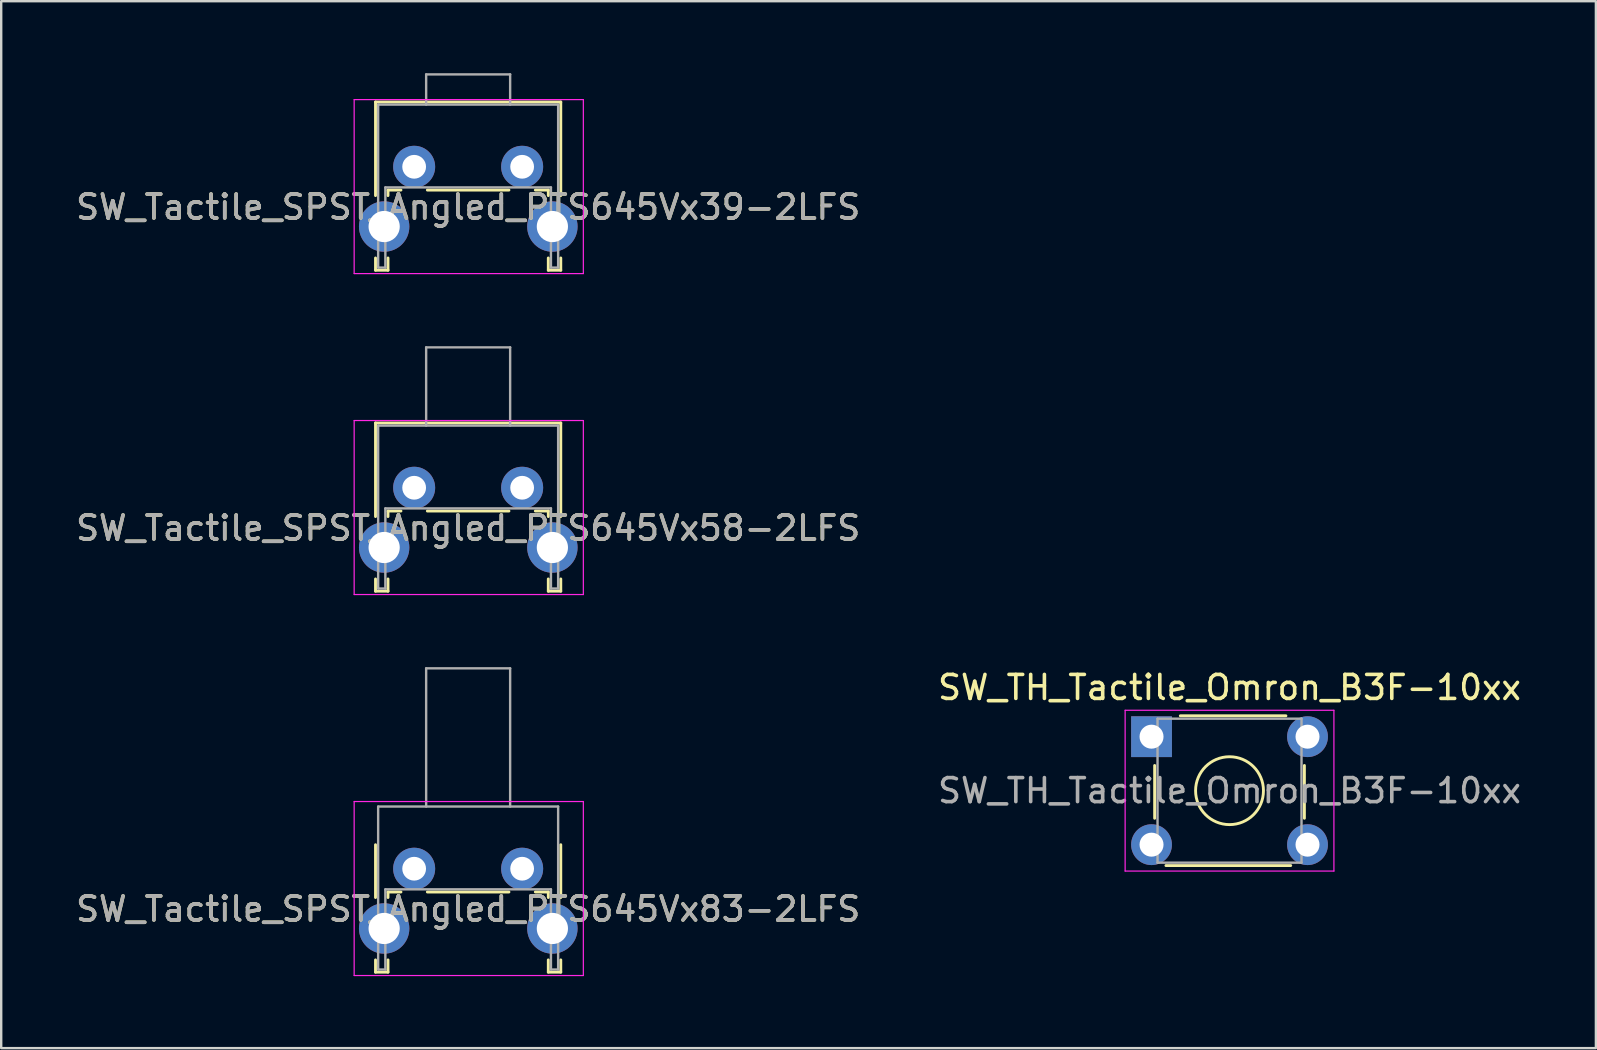
<source format=kicad_pcb>
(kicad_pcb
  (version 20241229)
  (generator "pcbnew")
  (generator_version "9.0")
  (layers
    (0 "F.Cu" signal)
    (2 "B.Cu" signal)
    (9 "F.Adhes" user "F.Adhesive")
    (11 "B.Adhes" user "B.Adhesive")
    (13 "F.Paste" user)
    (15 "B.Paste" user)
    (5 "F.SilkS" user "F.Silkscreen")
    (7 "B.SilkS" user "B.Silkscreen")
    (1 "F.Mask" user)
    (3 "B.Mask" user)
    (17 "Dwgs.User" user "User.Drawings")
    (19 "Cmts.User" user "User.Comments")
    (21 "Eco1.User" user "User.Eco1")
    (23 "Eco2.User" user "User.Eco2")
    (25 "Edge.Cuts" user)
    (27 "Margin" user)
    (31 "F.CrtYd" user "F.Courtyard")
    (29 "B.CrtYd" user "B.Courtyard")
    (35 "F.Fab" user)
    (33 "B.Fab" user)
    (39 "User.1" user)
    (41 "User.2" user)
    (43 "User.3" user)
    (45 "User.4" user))
  (footprint "SW_Tactile_SPST_Angled_PTS645Vx39-2LFS"
    (layer "F.Cu")
    (at 14.208 3.9)
    (property "Reference" "SW_Tactile_SPST_Angled_PTS645Vx39-2LFS" (at 2.25 1.68 0) (layer "F.SilkS") (effects (font (size 1 1) (thickness 0.15))))
    (attr through_hole)
    (fp_line (start -1.61 -2.7) (end -1.61 1.2) (stroke (width 0.12) (type solid)) (layer "F.SilkS"))
    (fp_line (start -1.61 -2.7) (end 6.11 -2.7) (stroke (width 0.12) (type solid)) (layer "F.SilkS"))
    (fp_line (start -1.61 3.8) (end -1.61 4.31) (stroke (width 0.12) (type solid)) (layer "F.SilkS"))
    (fp_line (start -1.61 4.31) (end -1.09 4.31) (stroke (width 0.12) (type solid)) (layer "F.SilkS"))
    (fp_line (start -1.09 0.97) (end -1.09 1.2) (stroke (width 0.12) (type solid)) (layer "F.SilkS"))
    (fp_line (start -1.09 0.97) (end -0.55 0.97) (stroke (width 0.12) (type solid)) (layer "F.SilkS"))
    (fp_line (start -1.09 3.8) (end -1.09 4.31) (stroke (width 0.12) (type solid)) (layer "F.SilkS"))
    (fp_line (start 0.55 0.97) (end 3.95 0.97) (stroke (width 0.12) (type solid)) (layer "F.SilkS"))
    (fp_line (start 5.05 0.97) (end 5.59 0.97) (stroke (width 0.12) (type solid)) (layer "F.SilkS"))
    (fp_line (start 5.59 0.97) (end 5.59 1.2) (stroke (width 0.12) (type solid)) (layer "F.SilkS"))
    (fp_line (start 5.59 3.8) (end 5.59 4.31) (stroke (width 0.12) (type solid)) (layer "F.SilkS"))
    (fp_line (start 5.59 4.31) (end 6.11 4.31) (stroke (width 0.12) (type solid)) (layer "F.SilkS"))
    (fp_line (start 6.11 -2.7) (end 6.11 1.2) (stroke (width 0.12) (type solid)) (layer "F.SilkS"))
    (fp_line (start 6.11 3.8) (end 6.11 4.31) (stroke (width 0.12) (type solid)) (layer "F.SilkS"))
    (fp_line (start -2.5 -2.8) (end 7.05 -2.8) (stroke (width 0.05) (type solid)) (layer "F.CrtYd"))
    (fp_line (start -2.5 4.45) (end -2.5 -2.8) (stroke (width 0.05) (type solid)) (layer "F.CrtYd"))
    (fp_line (start 7.05 -2.8) (end 7.05 4.45) (stroke (width 0.05) (type solid)) (layer "F.CrtYd"))
    (fp_line (start 7.05 4.45) (end -2.5 4.45) (stroke (width 0.05) (type solid)) (layer "F.CrtYd"))
    (fp_line (start -1.5 -2.59) (end 6 -2.59) (stroke (width 0.1) (type solid)) (layer "F.Fab"))
    (fp_line (start -1.5 4.2) (end -1.5 -2.59) (stroke (width 0.1) (type solid)) (layer "F.Fab"))
    (fp_line (start -1.5 4.2) (end -1.2 4.2) (stroke (width 0.1) (type solid)) (layer "F.Fab"))
    (fp_line (start -1.2 0.86) (end 5.7 0.86) (stroke (width 0.1) (type solid)) (layer "F.Fab"))
    (fp_line (start -1.2 4.2) (end -1.2 0.86) (stroke (width 0.1) (type solid)) (layer "F.Fab"))
    (fp_line (start 0.5 -3.85) (end 0.5 -2.59) (stroke (width 0.1) (type solid)) (layer "F.Fab"))
    (fp_line (start 0.5 -3.85) (end 4 -3.85) (stroke (width 0.1) (type solid)) (layer "F.Fab"))
    (fp_line (start 4 -3.85) (end 4 -2.59) (stroke (width 0.1) (type solid)) (layer "F.Fab"))
    (fp_line (start 5.7 4.2) (end 5.7 0.86) (stroke (width 0.1) (type solid)) (layer "F.Fab"))
    (fp_line (start 5.7 4.2) (end 6 4.2) (stroke (width 0.1) (type solid)) (layer "F.Fab"))
    (fp_line (start 6 4.2) (end 6 -2.59) (stroke (width 0.1) (type solid)) (layer "F.Fab"))
    (fp_text user "${REFERENCE}" (at 2.25 1.68 0) (layer "F.Fab") (effects (font (size 1 1) (thickness 0.15))))
    (pad "" thru_hole circle (at -1.25 2.49) (size 2.1 2.1) (drill 1.3) (layers "*.Cu" "*.Mask"))
    (pad "" thru_hole circle (at 5.76 2.49) (size 2.1 2.1) (drill 1.3) (layers "*.Cu" "*.Mask"))
    (pad "1" thru_hole circle (at 0 0) (size 1.75 1.75) (drill 0.99) (layers "*.Cu" "*.Mask"))
    (pad "2" thru_hole circle (at 4.5 0) (size 1.75 1.75) (drill 0.99) (layers "*.Cu" "*.Mask")))
  (footprint "SW_TH_Tactile_Omron_B3F-10xx"
    (layer "F.Cu")
    (at 44.935 27.648)
    (property "Reference" "SW_TH_Tactile_Omron_B3F-10xx" (at 3.25 -2.05 0) (layer "F.SilkS") (effects (font (size 1 1) (thickness 0.15))))
    (attr through_hole)
    (fp_line (start 0.13 3.4) (end 0.13 1.2) (stroke (width 0.12) (type solid)) (layer "F.SilkS"))
    (fp_line (start 0.6 5.37) (end 5.8 5.37) (stroke (width 0.12) (type solid)) (layer "F.SilkS"))
    (fp_line (start 1.2 -0.87) (end 5.6 -0.87) (stroke (width 0.12) (type solid)) (layer "F.SilkS"))
    (fp_line (start 6.37 1.2) (end 6.37 3.4) (stroke (width 0.12) (type solid)) (layer "F.SilkS"))
    (fp_circle (center 3.25 2.25) (end 4.25 3.25) (stroke (width 0.12) (type solid)) (fill no) (layer "F.SilkS"))
    (fp_line (start -1.1 -1.1) (end -1.1 5.6) (stroke (width 0.05) (type solid)) (layer "F.CrtYd"))
    (fp_line (start -1.1 -1.1) (end 7.6 -1.1) (stroke (width 0.05) (type solid)) (layer "F.CrtYd"))
    (fp_line (start -1.1 5.6) (end 7.6 5.6) (stroke (width 0.05) (type solid)) (layer "F.CrtYd"))
    (fp_line (start 7.6 5.6) (end 7.6 -1.1) (stroke (width 0.05) (type solid)) (layer "F.CrtYd"))
    (fp_line (start 0.25 -0.75) (end 0.25 5.25) (stroke (width 0.1) (type solid)) (layer "F.Fab"))
    (fp_line (start 0.25 -0.75) (end 6.25 -0.75) (stroke (width 0.1) (type solid)) (layer "F.Fab"))
    (fp_line (start 0.25 5.25) (end 6.25 5.25) (stroke (width 0.1) (type solid)) (layer "F.Fab"))
    (fp_line (start 6.25 -0.75) (end 6.25 5.25) (stroke (width 0.1) (type solid)) (layer "F.Fab"))
    (fp_text user "${REFERENCE}" (at 3.25 2.25 0) (layer "F.Fab") (effects (font (size 1 1) (thickness 0.15))))
    (pad "1" thru_hole rect (at 0 0) (size 1.7 1.7) (drill 1) (layers "*.Cu" "*.Mask"))
    (pad "1" thru_hole circle (at 6.5 0) (size 1.7 1.7) (drill 1) (layers "*.Cu" "*.Mask"))
    (pad "2" thru_hole circle (at 0 4.5) (size 1.7 1.7) (drill 1) (layers "*.Cu" "*.Mask"))
    (pad "2" thru_hole circle (at 6.5 4.5) (size 1.7 1.7) (drill 1) (layers "*.Cu" "*.Mask")))
  (footprint "SW_Tactile_SPST_Angled_PTS645Vx83-2LFS"
    (layer "F.Cu")
    (at 14.208 33.15)
    (property "Reference" "SW_Tactile_SPST_Angled_PTS645Vx83-2LFS" (at 2.25 1.68 0) (layer "F.SilkS") (effects (font (size 1 1) (thickness 0.15))))
    (attr through_hole)
    (fp_line (start -1.61 -1) (end -1.61 1.2) (stroke (width 0.12) (type solid)) (layer "F.SilkS"))
    (fp_line (start -1.61 3.8) (end -1.61 4.31) (stroke (width 0.12) (type solid)) (layer "F.SilkS"))
    (fp_line (start -1.61 4.31) (end -1.09 4.31) (stroke (width 0.12) (type solid)) (layer "F.SilkS"))
    (fp_line (start -1.09 0.97) (end -1.09 1.2) (stroke (width 0.12) (type solid)) (layer "F.SilkS"))
    (fp_line (start -1.09 0.97) (end -0.55 0.97) (stroke (width 0.12) (type solid)) (layer "F.SilkS"))
    (fp_line (start -1.09 3.8) (end -1.09 4.31) (stroke (width 0.12) (type solid)) (layer "F.SilkS"))
    (fp_line (start 0.55 0.97) (end 3.95 0.97) (stroke (width 0.12) (type solid)) (layer "F.SilkS"))
    (fp_line (start 5.05 0.97) (end 5.59 0.97) (stroke (width 0.12) (type solid)) (layer "F.SilkS"))
    (fp_line (start 5.59 0.97) (end 5.59 1.2) (stroke (width 0.12) (type solid)) (layer "F.SilkS"))
    (fp_line (start 5.59 3.8) (end 5.59 4.31) (stroke (width 0.12) (type solid)) (layer "F.SilkS"))
    (fp_line (start 5.59 4.31) (end 6.11 4.31) (stroke (width 0.12) (type solid)) (layer "F.SilkS"))
    (fp_line (start 6.11 -1) (end 6.11 1.2) (stroke (width 0.12) (type solid)) (layer "F.SilkS"))
    (fp_line (start 6.11 3.8) (end 6.11 4.31) (stroke (width 0.12) (type solid)) (layer "F.SilkS"))
    (fp_line (start -2.5 -2.8) (end 7.05 -2.8) (stroke (width 0.05) (type solid)) (layer "F.CrtYd"))
    (fp_line (start -2.5 4.45) (end -2.5 -2.8) (stroke (width 0.05) (type solid)) (layer "F.CrtYd"))
    (fp_line (start 7.05 -2.8) (end 7.05 4.45) (stroke (width 0.05) (type solid)) (layer "F.CrtYd"))
    (fp_line (start 7.05 4.45) (end -2.5 4.45) (stroke (width 0.05) (type solid)) (layer "F.CrtYd"))
    (fp_line (start -1.5 -2.59) (end 6 -2.59) (stroke (width 0.1) (type solid)) (layer "F.Fab"))
    (fp_line (start -1.5 4.2) (end -1.5 -2.59) (stroke (width 0.1) (type solid)) (layer "F.Fab"))
    (fp_line (start -1.5 4.2) (end -1.2 4.2) (stroke (width 0.1) (type solid)) (layer "F.Fab"))
    (fp_line (start -1.2 0.86) (end 5.7 0.86) (stroke (width 0.1) (type solid)) (layer "F.Fab"))
    (fp_line (start -1.2 4.2) (end -1.2 0.86) (stroke (width 0.1) (type solid)) (layer "F.Fab"))
    (fp_line (start 0.5 -8.35) (end 0.5 -2.59) (stroke (width 0.1) (type solid)) (layer "F.Fab"))
    (fp_line (start 0.5 -8.35) (end 4 -8.35) (stroke (width 0.1) (type solid)) (layer "F.Fab"))
    (fp_line (start 4 -8.35) (end 4 -2.59) (stroke (width 0.1) (type solid)) (layer "F.Fab"))
    (fp_line (start 5.7 4.2) (end 5.7 0.86) (stroke (width 0.1) (type solid)) (layer "F.Fab"))
    (fp_line (start 5.7 4.2) (end 6 4.2) (stroke (width 0.1) (type solid)) (layer "F.Fab"))
    (fp_line (start 6 4.2) (end 6 -2.59) (stroke (width 0.1) (type solid)) (layer "F.Fab"))
    (fp_text user "${REFERENCE}" (at 2.25 1.68 0) (layer "F.Fab") (effects (font (size 1 1) (thickness 0.15))))
    (pad "" thru_hole circle (at -1.25 2.49) (size 2.1 2.1) (drill 1.3) (layers "*.Cu" "*.Mask"))
    (pad "" thru_hole circle (at 5.76 2.49) (size 2.1 2.1) (drill 1.3) (layers "*.Cu" "*.Mask"))
    (pad "1" thru_hole circle (at 0 0) (size 1.75 1.75) (drill 0.99) (layers "*.Cu" "*.Mask"))
    (pad "2" thru_hole circle (at 4.5 0) (size 1.75 1.75) (drill 0.99) (layers "*.Cu" "*.Mask")))
  (footprint "SW_Tactile_SPST_Angled_PTS645Vx58-2LFS"
    (layer "F.Cu")
    (at 14.208 17.275)
    (property "Reference" "SW_Tactile_SPST_Angled_PTS645Vx58-2LFS" (at 2.25 1.68 0) (layer "F.SilkS") (effects (font (size 1 1) (thickness 0.15))))
    (attr through_hole)
    (fp_line (start -1.61 -2.7) (end -1.61 1.2) (stroke (width 0.12) (type solid)) (layer "F.SilkS"))
    (fp_line (start -1.61 -2.7) (end 6.11 -2.7) (stroke (width 0.12) (type solid)) (layer "F.SilkS"))
    (fp_line (start -1.61 3.8) (end -1.61 4.31) (stroke (width 0.12) (type solid)) (layer "F.SilkS"))
    (fp_line (start -1.61 4.31) (end -1.09 4.31) (stroke (width 0.12) (type solid)) (layer "F.SilkS"))
    (fp_line (start -1.09 0.97) (end -1.09 1.2) (stroke (width 0.12) (type solid)) (layer "F.SilkS"))
    (fp_line (start -1.09 0.97) (end -0.55 0.97) (stroke (width 0.12) (type solid)) (layer "F.SilkS"))
    (fp_line (start -1.09 3.8) (end -1.09 4.31) (stroke (width 0.12) (type solid)) (layer "F.SilkS"))
    (fp_line (start 0.55 0.97) (end 3.95 0.97) (stroke (width 0.12) (type solid)) (layer "F.SilkS"))
    (fp_line (start 5.05 0.97) (end 5.59 0.97) (stroke (width 0.12) (type solid)) (layer "F.SilkS"))
    (fp_line (start 5.59 0.97) (end 5.59 1.2) (stroke (width 0.12) (type solid)) (layer "F.SilkS"))
    (fp_line (start 5.59 3.8) (end 5.59 4.31) (stroke (width 0.12) (type solid)) (layer "F.SilkS"))
    (fp_line (start 5.59 4.31) (end 6.11 4.31) (stroke (width 0.12) (type solid)) (layer "F.SilkS"))
    (fp_line (start 6.11 -2.7) (end 6.11 1.2) (stroke (width 0.12) (type solid)) (layer "F.SilkS"))
    (fp_line (start 6.11 3.8) (end 6.11 4.31) (stroke (width 0.12) (type solid)) (layer "F.SilkS"))
    (fp_line (start -2.5 -2.8) (end 7.05 -2.8) (stroke (width 0.05) (type solid)) (layer "F.CrtYd"))
    (fp_line (start -2.5 4.45) (end -2.5 -2.8) (stroke (width 0.05) (type solid)) (layer "F.CrtYd"))
    (fp_line (start 7.05 -2.8) (end 7.05 4.45) (stroke (width 0.05) (type solid)) (layer "F.CrtYd"))
    (fp_line (start 7.05 4.45) (end -2.5 4.45) (stroke (width 0.05) (type solid)) (layer "F.CrtYd"))
    (fp_line (start -1.5 -2.59) (end 6 -2.59) (stroke (width 0.1) (type solid)) (layer "F.Fab"))
    (fp_line (start -1.5 4.2) (end -1.5 -2.59) (stroke (width 0.1) (type solid)) (layer "F.Fab"))
    (fp_line (start -1.5 4.2) (end -1.2 4.2) (stroke (width 0.1) (type solid)) (layer "F.Fab"))
    (fp_line (start -1.2 0.86) (end 5.7 0.86) (stroke (width 0.1) (type solid)) (layer "F.Fab"))
    (fp_line (start -1.2 4.2) (end -1.2 0.86) (stroke (width 0.1) (type solid)) (layer "F.Fab"))
    (fp_line (start 0.5 -5.85) (end 0.5 -2.59) (stroke (width 0.1) (type solid)) (layer "F.Fab"))
    (fp_line (start 0.5 -5.85) (end 4 -5.85) (stroke (width 0.1) (type solid)) (layer "F.Fab"))
    (fp_line (start 4 -5.85) (end 4 -2.59) (stroke (width 0.1) (type solid)) (layer "F.Fab"))
    (fp_line (start 5.7 4.2) (end 5.7 0.86) (stroke (width 0.1) (type solid)) (layer "F.Fab"))
    (fp_line (start 5.7 4.2) (end 6 4.2) (stroke (width 0.1) (type solid)) (layer "F.Fab"))
    (fp_line (start 6 4.2) (end 6 -2.59) (stroke (width 0.1) (type solid)) (layer "F.Fab"))
    (fp_text user "${REFERENCE}" (at 2.25 1.68 0) (layer "F.Fab") (effects (font (size 1 1) (thickness 0.15))))
    (pad "" thru_hole circle (at -1.25 2.49) (size 2.1 2.1) (drill 1.3) (layers "*.Cu" "*.Mask"))
    (pad "" thru_hole circle (at 5.76 2.49) (size 2.1 2.1) (drill 1.3) (layers "*.Cu" "*.Mask"))
    (pad "1" thru_hole circle (at 0 0) (size 1.75 1.75) (drill 0.99) (layers "*.Cu" "*.Mask"))
    (pad "2" thru_hole circle (at 4.5 0) (size 1.75 1.75) (drill 0.99) (layers "*.Cu" "*.Mask")))
  (gr_rect
    (start -3 -3)
    (end 63.452 40.625)
    (stroke (width 0.1) (type default))
    (fill no)
    (layer "Edge.Cuts")))
</source>
